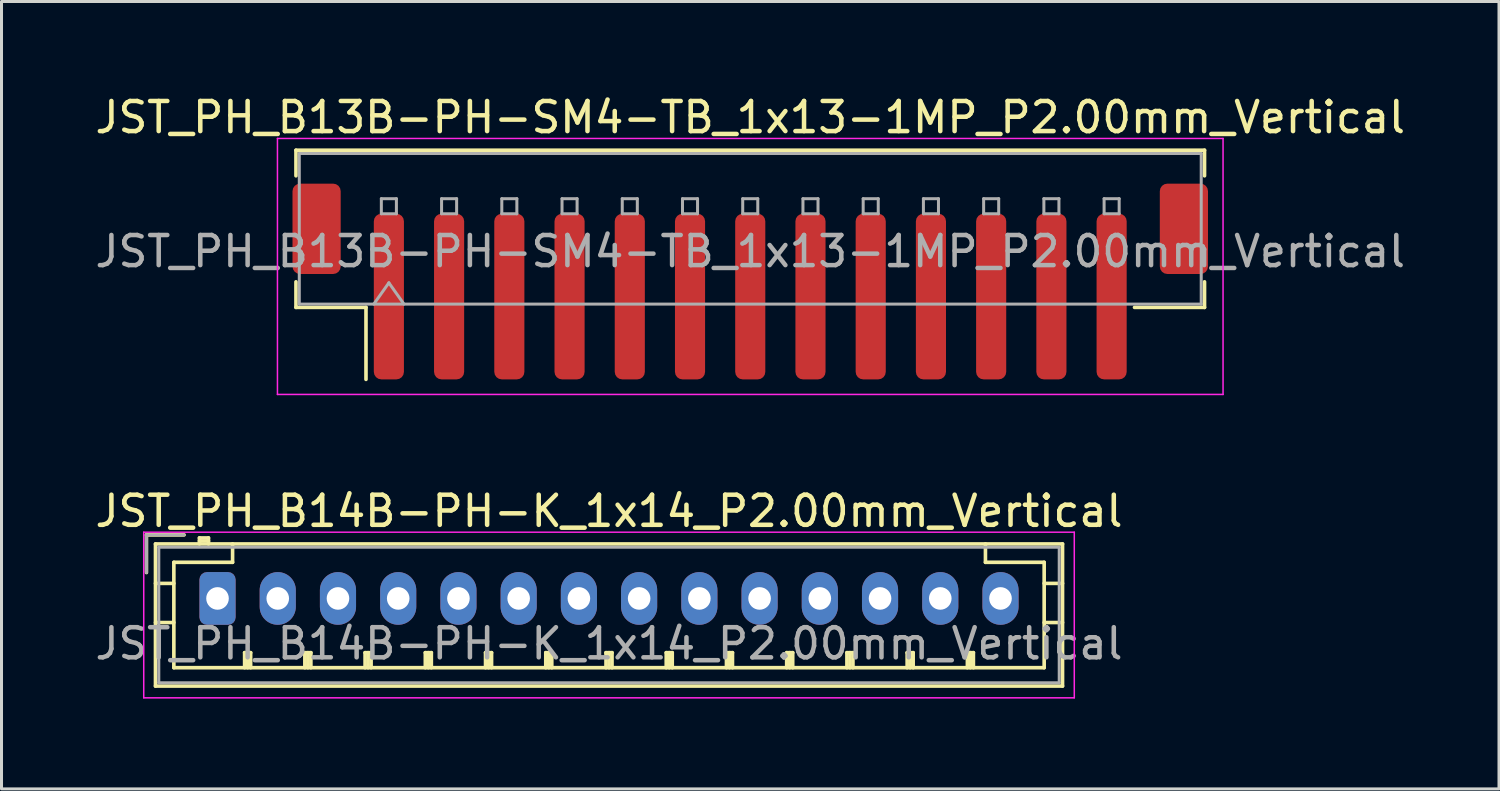
<source format=kicad_pcb>
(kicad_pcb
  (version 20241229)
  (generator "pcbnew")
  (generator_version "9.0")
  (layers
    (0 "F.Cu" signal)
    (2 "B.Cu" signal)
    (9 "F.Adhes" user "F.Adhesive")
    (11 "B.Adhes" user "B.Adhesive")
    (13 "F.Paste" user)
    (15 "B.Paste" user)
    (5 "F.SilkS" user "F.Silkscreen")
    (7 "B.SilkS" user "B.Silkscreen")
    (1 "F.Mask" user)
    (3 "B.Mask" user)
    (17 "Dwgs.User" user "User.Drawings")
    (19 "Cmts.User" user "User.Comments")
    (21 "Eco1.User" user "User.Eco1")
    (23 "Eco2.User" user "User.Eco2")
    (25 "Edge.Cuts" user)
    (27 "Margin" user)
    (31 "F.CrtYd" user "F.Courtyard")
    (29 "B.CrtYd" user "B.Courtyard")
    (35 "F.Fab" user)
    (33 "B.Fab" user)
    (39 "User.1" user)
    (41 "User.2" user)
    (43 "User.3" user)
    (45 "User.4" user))
  (footprint "JST_PH_B13B-PH-SM4-TB_1x13-1MP_P2.00mm_Vertical"
    (layer "F.Cu")
    (at 21.863 6.298)
    (property "Reference" "JST_PH_B13B-PH-SM4-TB_1x13-1MP_P2.00mm_Vertical" (at 0 -5.45 0) (layer "F.SilkS") (effects (font (size 1 1) (thickness 0.15))))
    (attr smd)
    (fp_line (start -15.085 -4.36) (end 15.085 -4.36) (stroke (width 0.12) (type solid)) (layer "F.SilkS"))
    (fp_line (start -15.085 -3.51) (end -15.085 -4.36) (stroke (width 0.12) (type solid)) (layer "F.SilkS"))
    (fp_line (start -15.085 0.01) (end -15.085 0.86) (stroke (width 0.12) (type solid)) (layer "F.SilkS"))
    (fp_line (start -15.085 0.86) (end -12.76 0.86) (stroke (width 0.12) (type solid)) (layer "F.SilkS"))
    (fp_line (start -12.76 0.86) (end -12.76 3.25) (stroke (width 0.12) (type solid)) (layer "F.SilkS"))
    (fp_line (start 15.085 -4.36) (end 15.085 -3.51) (stroke (width 0.12) (type solid)) (layer "F.SilkS"))
    (fp_line (start 15.085 0.01) (end 15.085 0.86) (stroke (width 0.12) (type solid)) (layer "F.SilkS"))
    (fp_line (start 15.085 0.86) (end 12.76 0.86) (stroke (width 0.12) (type solid)) (layer "F.SilkS"))
    (fp_line (start -15.7 -4.75) (end -15.7 3.75) (stroke (width 0.05) (type solid)) (layer "F.CrtYd"))
    (fp_line (start -15.7 3.75) (end 15.7 3.75) (stroke (width 0.05) (type solid)) (layer "F.CrtYd"))
    (fp_line (start 15.7 -4.75) (end -15.7 -4.75) (stroke (width 0.05) (type solid)) (layer "F.CrtYd"))
    (fp_line (start 15.7 3.75) (end 15.7 -4.75) (stroke (width 0.05) (type solid)) (layer "F.CrtYd"))
    (fp_line (start -14.975 -4.25) (end 14.975 -4.25) (stroke (width 0.1) (type solid)) (layer "F.Fab"))
    (fp_line (start -14.975 0.75) (end -14.975 -4.25) (stroke (width 0.1) (type solid)) (layer "F.Fab"))
    (fp_line (start -14.975 0.75) (end 14.975 0.75) (stroke (width 0.1) (type solid)) (layer "F.Fab"))
    (fp_line (start -12.5 0.75) (end -12 0.043) (stroke (width 0.1) (type solid)) (layer "F.Fab"))
    (fp_line (start -12.25 -2.75) (end -12.25 -2.25) (stroke (width 0.1) (type solid)) (layer "F.Fab"))
    (fp_line (start -12.25 -2.25) (end -11.75 -2.25) (stroke (width 0.1) (type solid)) (layer "F.Fab"))
    (fp_line (start -12 0.043) (end -11.5 0.75) (stroke (width 0.1) (type solid)) (layer "F.Fab"))
    (fp_line (start -11.75 -2.75) (end -12.25 -2.75) (stroke (width 0.1) (type solid)) (layer "F.Fab"))
    (fp_line (start -11.75 -2.25) (end -11.75 -2.75) (stroke (width 0.1) (type solid)) (layer "F.Fab"))
    (fp_line (start -10.25 -2.75) (end -10.25 -2.25) (stroke (width 0.1) (type solid)) (layer "F.Fab"))
    (fp_line (start -10.25 -2.25) (end -9.75 -2.25) (stroke (width 0.1) (type solid)) (layer "F.Fab"))
    (fp_line (start -9.75 -2.75) (end -10.25 -2.75) (stroke (width 0.1) (type solid)) (layer "F.Fab"))
    (fp_line (start -9.75 -2.25) (end -9.75 -2.75) (stroke (width 0.1) (type solid)) (layer "F.Fab"))
    (fp_line (start -8.25 -2.75) (end -8.25 -2.25) (stroke (width 0.1) (type solid)) (layer "F.Fab"))
    (fp_line (start -8.25 -2.25) (end -7.75 -2.25) (stroke (width 0.1) (type solid)) (layer "F.Fab"))
    (fp_line (start -7.75 -2.75) (end -8.25 -2.75) (stroke (width 0.1) (type solid)) (layer "F.Fab"))
    (fp_line (start -7.75 -2.25) (end -7.75 -2.75) (stroke (width 0.1) (type solid)) (layer "F.Fab"))
    (fp_line (start -6.25 -2.75) (end -6.25 -2.25) (stroke (width 0.1) (type solid)) (layer "F.Fab"))
    (fp_line (start -6.25 -2.25) (end -5.75 -2.25) (stroke (width 0.1) (type solid)) (layer "F.Fab"))
    (fp_line (start -5.75 -2.75) (end -6.25 -2.75) (stroke (width 0.1) (type solid)) (layer "F.Fab"))
    (fp_line (start -5.75 -2.25) (end -5.75 -2.75) (stroke (width 0.1) (type solid)) (layer "F.Fab"))
    (fp_line (start -4.25 -2.75) (end -4.25 -2.25) (stroke (width 0.1) (type solid)) (layer "F.Fab"))
    (fp_line (start -4.25 -2.25) (end -3.75 -2.25) (stroke (width 0.1) (type solid)) (layer "F.Fab"))
    (fp_line (start -3.75 -2.75) (end -4.25 -2.75) (stroke (width 0.1) (type solid)) (layer "F.Fab"))
    (fp_line (start -3.75 -2.25) (end -3.75 -2.75) (stroke (width 0.1) (type solid)) (layer "F.Fab"))
    (fp_line (start -2.25 -2.75) (end -2.25 -2.25) (stroke (width 0.1) (type solid)) (layer "F.Fab"))
    (fp_line (start -2.25 -2.25) (end -1.75 -2.25) (stroke (width 0.1) (type solid)) (layer "F.Fab"))
    (fp_line (start -1.75 -2.75) (end -2.25 -2.75) (stroke (width 0.1) (type solid)) (layer "F.Fab"))
    (fp_line (start -1.75 -2.25) (end -1.75 -2.75) (stroke (width 0.1) (type solid)) (layer "F.Fab"))
    (fp_line (start -0.25 -2.75) (end -0.25 -2.25) (stroke (width 0.1) (type solid)) (layer "F.Fab"))
    (fp_line (start -0.25 -2.25) (end 0.25 -2.25) (stroke (width 0.1) (type solid)) (layer "F.Fab"))
    (fp_line (start 0.25 -2.75) (end -0.25 -2.75) (stroke (width 0.1) (type solid)) (layer "F.Fab"))
    (fp_line (start 0.25 -2.25) (end 0.25 -2.75) (stroke (width 0.1) (type solid)) (layer "F.Fab"))
    (fp_line (start 1.75 -2.75) (end 1.75 -2.25) (stroke (width 0.1) (type solid)) (layer "F.Fab"))
    (fp_line (start 1.75 -2.25) (end 2.25 -2.25) (stroke (width 0.1) (type solid)) (layer "F.Fab"))
    (fp_line (start 2.25 -2.75) (end 1.75 -2.75) (stroke (width 0.1) (type solid)) (layer "F.Fab"))
    (fp_line (start 2.25 -2.25) (end 2.25 -2.75) (stroke (width 0.1) (type solid)) (layer "F.Fab"))
    (fp_line (start 3.75 -2.75) (end 3.75 -2.25) (stroke (width 0.1) (type solid)) (layer "F.Fab"))
    (fp_line (start 3.75 -2.25) (end 4.25 -2.25) (stroke (width 0.1) (type solid)) (layer "F.Fab"))
    (fp_line (start 4.25 -2.75) (end 3.75 -2.75) (stroke (width 0.1) (type solid)) (layer "F.Fab"))
    (fp_line (start 4.25 -2.25) (end 4.25 -2.75) (stroke (width 0.1) (type solid)) (layer "F.Fab"))
    (fp_line (start 5.75 -2.75) (end 5.75 -2.25) (stroke (width 0.1) (type solid)) (layer "F.Fab"))
    (fp_line (start 5.75 -2.25) (end 6.25 -2.25) (stroke (width 0.1) (type solid)) (layer "F.Fab"))
    (fp_line (start 6.25 -2.75) (end 5.75 -2.75) (stroke (width 0.1) (type solid)) (layer "F.Fab"))
    (fp_line (start 6.25 -2.25) (end 6.25 -2.75) (stroke (width 0.1) (type solid)) (layer "F.Fab"))
    (fp_line (start 7.75 -2.75) (end 7.75 -2.25) (stroke (width 0.1) (type solid)) (layer "F.Fab"))
    (fp_line (start 7.75 -2.25) (end 8.25 -2.25) (stroke (width 0.1) (type solid)) (layer "F.Fab"))
    (fp_line (start 8.25 -2.75) (end 7.75 -2.75) (stroke (width 0.1) (type solid)) (layer "F.Fab"))
    (fp_line (start 8.25 -2.25) (end 8.25 -2.75) (stroke (width 0.1) (type solid)) (layer "F.Fab"))
    (fp_line (start 9.75 -2.75) (end 9.75 -2.25) (stroke (width 0.1) (type solid)) (layer "F.Fab"))
    (fp_line (start 9.75 -2.25) (end 10.25 -2.25) (stroke (width 0.1) (type solid)) (layer "F.Fab"))
    (fp_line (start 10.25 -2.75) (end 9.75 -2.75) (stroke (width 0.1) (type solid)) (layer "F.Fab"))
    (fp_line (start 10.25 -2.25) (end 10.25 -2.75) (stroke (width 0.1) (type solid)) (layer "F.Fab"))
    (fp_line (start 11.75 -2.75) (end 11.75 -2.25) (stroke (width 0.1) (type solid)) (layer "F.Fab"))
    (fp_line (start 11.75 -2.25) (end 12.25 -2.25) (stroke (width 0.1) (type solid)) (layer "F.Fab"))
    (fp_line (start 12.25 -2.75) (end 11.75 -2.75) (stroke (width 0.1) (type solid)) (layer "F.Fab"))
    (fp_line (start 12.25 -2.25) (end 12.25 -2.75) (stroke (width 0.1) (type solid)) (layer "F.Fab"))
    (fp_line (start 14.975 0.75) (end 14.975 -4.25) (stroke (width 0.1) (type solid)) (layer "F.Fab"))
    (fp_text user "${REFERENCE}" (at 0 -1 0) (layer "F.Fab") (effects (font (size 1 1) (thickness 0.15))))
    (pad "1" smd roundrect (at -12 0.5) (size 1 5.5) (layers "F.Cu" "F.Mask" "F.Paste") (roundrect_rratio 0.25))
    (pad "2" smd roundrect (at -10 0.5) (size 1 5.5) (layers "F.Cu" "F.Mask" "F.Paste") (roundrect_rratio 0.25))
    (pad "3" smd roundrect (at -8 0.5) (size 1 5.5) (layers "F.Cu" "F.Mask" "F.Paste") (roundrect_rratio 0.25))
    (pad "4" smd roundrect (at -6 0.5) (size 1 5.5) (layers "F.Cu" "F.Mask" "F.Paste") (roundrect_rratio 0.25))
    (pad "5" smd roundrect (at -4 0.5) (size 1 5.5) (layers "F.Cu" "F.Mask" "F.Paste") (roundrect_rratio 0.25))
    (pad "6" smd roundrect (at -2 0.5) (size 1 5.5) (layers "F.Cu" "F.Mask" "F.Paste") (roundrect_rratio 0.25))
    (pad "7" smd roundrect (at 0 0.5) (size 1 5.5) (layers "F.Cu" "F.Mask" "F.Paste") (roundrect_rratio 0.25))
    (pad "8" smd roundrect (at 2 0.5) (size 1 5.5) (layers "F.Cu" "F.Mask" "F.Paste") (roundrect_rratio 0.25))
    (pad "9" smd roundrect (at 4 0.5) (size 1 5.5) (layers "F.Cu" "F.Mask" "F.Paste") (roundrect_rratio 0.25))
    (pad "10" smd roundrect (at 6 0.5) (size 1 5.5) (layers "F.Cu" "F.Mask" "F.Paste") (roundrect_rratio 0.25))
    (pad "11" smd roundrect (at 8 0.5) (size 1 5.5) (layers "F.Cu" "F.Mask" "F.Paste") (roundrect_rratio 0.25))
    (pad "12" smd roundrect (at 10 0.5) (size 1 5.5) (layers "F.Cu" "F.Mask" "F.Paste") (roundrect_rratio 0.25))
    (pad "13" smd roundrect (at 12 0.5) (size 1 5.5) (layers "F.Cu" "F.Mask" "F.Paste") (roundrect_rratio 0.25))
    (pad "MP" smd roundrect (at -14.4 -1.75) (size 1.6 3) (layers "F.Cu" "F.Mask" "F.Paste") (roundrect_rratio 0.156))
    (pad "MP" smd roundrect (at 14.4 -1.75) (size 1.6 3) (layers "F.Cu" "F.Mask" "F.Paste") (roundrect_rratio 0.156)))
  (footprint "JST_PH_B14B-PH-K_1x14_P2.00mm_Vertical"
    (layer "F.Cu")
    (at 4.173 16.822)
    (property "Reference" "JST_PH_B14B-PH-K_1x14_P2.00mm_Vertical" (at 13 -2.9 0) (layer "F.SilkS") (effects (font (size 1 1) (thickness 0.15))))
    (attr through_hole)
    (fp_line (start -2.36 -2.11) (end -2.36 -0.86) (stroke (width 0.12) (type solid)) (layer "F.SilkS"))
    (fp_line (start -2.06 -1.81) (end -2.06 2.91) (stroke (width 0.12) (type solid)) (layer "F.SilkS"))
    (fp_line (start -2.06 -0.5) (end -1.45 -0.5) (stroke (width 0.12) (type solid)) (layer "F.SilkS"))
    (fp_line (start -2.06 0.8) (end -1.45 0.8) (stroke (width 0.12) (type solid)) (layer "F.SilkS"))
    (fp_line (start -2.06 2.91) (end 28.06 2.91) (stroke (width 0.12) (type solid)) (layer "F.SilkS"))
    (fp_line (start -1.45 -1.2) (end -1.45 2.3) (stroke (width 0.12) (type solid)) (layer "F.SilkS"))
    (fp_line (start -1.45 2.3) (end 27.45 2.3) (stroke (width 0.12) (type solid)) (layer "F.SilkS"))
    (fp_line (start -1.11 -2.11) (end -2.36 -2.11) (stroke (width 0.12) (type solid)) (layer "F.SilkS"))
    (fp_line (start -0.6 -2.01) (end -0.6 -1.81) (stroke (width 0.12) (type solid)) (layer "F.SilkS"))
    (fp_line (start -0.3 -2.01) (end -0.6 -2.01) (stroke (width 0.12) (type solid)) (layer "F.SilkS"))
    (fp_line (start -0.3 -1.91) (end -0.6 -1.91) (stroke (width 0.12) (type solid)) (layer "F.SilkS"))
    (fp_line (start -0.3 -1.81) (end -0.3 -2.01) (stroke (width 0.12) (type solid)) (layer "F.SilkS"))
    (fp_line (start 0.5 -1.81) (end 0.5 -1.2) (stroke (width 0.12) (type solid)) (layer "F.SilkS"))
    (fp_line (start 0.5 -1.2) (end -1.45 -1.2) (stroke (width 0.12) (type solid)) (layer "F.SilkS"))
    (fp_line (start 0.9 1.8) (end 1.1 1.8) (stroke (width 0.12) (type solid)) (layer "F.SilkS"))
    (fp_line (start 0.9 2.3) (end 0.9 1.8) (stroke (width 0.12) (type solid)) (layer "F.SilkS"))
    (fp_line (start 1 2.3) (end 1 1.8) (stroke (width 0.12) (type solid)) (layer "F.SilkS"))
    (fp_line (start 1.1 1.8) (end 1.1 2.3) (stroke (width 0.12) (type solid)) (layer "F.SilkS"))
    (fp_line (start 2.9 1.8) (end 3.1 1.8) (stroke (width 0.12) (type solid)) (layer "F.SilkS"))
    (fp_line (start 2.9 2.3) (end 2.9 1.8) (stroke (width 0.12) (type solid)) (layer "F.SilkS"))
    (fp_line (start 3 2.3) (end 3 1.8) (stroke (width 0.12) (type solid)) (layer "F.SilkS"))
    (fp_line (start 3.1 1.8) (end 3.1 2.3) (stroke (width 0.12) (type solid)) (layer "F.SilkS"))
    (fp_line (start 4.9 1.8) (end 5.1 1.8) (stroke (width 0.12) (type solid)) (layer "F.SilkS"))
    (fp_line (start 4.9 2.3) (end 4.9 1.8) (stroke (width 0.12) (type solid)) (layer "F.SilkS"))
    (fp_line (start 5 2.3) (end 5 1.8) (stroke (width 0.12) (type solid)) (layer "F.SilkS"))
    (fp_line (start 5.1 1.8) (end 5.1 2.3) (stroke (width 0.12) (type solid)) (layer "F.SilkS"))
    (fp_line (start 6.9 1.8) (end 7.1 1.8) (stroke (width 0.12) (type solid)) (layer "F.SilkS"))
    (fp_line (start 6.9 2.3) (end 6.9 1.8) (stroke (width 0.12) (type solid)) (layer "F.SilkS"))
    (fp_line (start 7 2.3) (end 7 1.8) (stroke (width 0.12) (type solid)) (layer "F.SilkS"))
    (fp_line (start 7.1 1.8) (end 7.1 2.3) (stroke (width 0.12) (type solid)) (layer "F.SilkS"))
    (fp_line (start 8.9 1.8) (end 9.1 1.8) (stroke (width 0.12) (type solid)) (layer "F.SilkS"))
    (fp_line (start 8.9 2.3) (end 8.9 1.8) (stroke (width 0.12) (type solid)) (layer "F.SilkS"))
    (fp_line (start 9 2.3) (end 9 1.8) (stroke (width 0.12) (type solid)) (layer "F.SilkS"))
    (fp_line (start 9.1 1.8) (end 9.1 2.3) (stroke (width 0.12) (type solid)) (layer "F.SilkS"))
    (fp_line (start 10.9 1.8) (end 11.1 1.8) (stroke (width 0.12) (type solid)) (layer "F.SilkS"))
    (fp_line (start 10.9 2.3) (end 10.9 1.8) (stroke (width 0.12) (type solid)) (layer "F.SilkS"))
    (fp_line (start 11 2.3) (end 11 1.8) (stroke (width 0.12) (type solid)) (layer "F.SilkS"))
    (fp_line (start 11.1 1.8) (end 11.1 2.3) (stroke (width 0.12) (type solid)) (layer "F.SilkS"))
    (fp_line (start 12.9 1.8) (end 13.1 1.8) (stroke (width 0.12) (type solid)) (layer "F.SilkS"))
    (fp_line (start 12.9 2.3) (end 12.9 1.8) (stroke (width 0.12) (type solid)) (layer "F.SilkS"))
    (fp_line (start 13 2.3) (end 13 1.8) (stroke (width 0.12) (type solid)) (layer "F.SilkS"))
    (fp_line (start 13.1 1.8) (end 13.1 2.3) (stroke (width 0.12) (type solid)) (layer "F.SilkS"))
    (fp_line (start 14.9 1.8) (end 15.1 1.8) (stroke (width 0.12) (type solid)) (layer "F.SilkS"))
    (fp_line (start 14.9 2.3) (end 14.9 1.8) (stroke (width 0.12) (type solid)) (layer "F.SilkS"))
    (fp_line (start 15 2.3) (end 15 1.8) (stroke (width 0.12) (type solid)) (layer "F.SilkS"))
    (fp_line (start 15.1 1.8) (end 15.1 2.3) (stroke (width 0.12) (type solid)) (layer "F.SilkS"))
    (fp_line (start 16.9 1.8) (end 17.1 1.8) (stroke (width 0.12) (type solid)) (layer "F.SilkS"))
    (fp_line (start 16.9 2.3) (end 16.9 1.8) (stroke (width 0.12) (type solid)) (layer "F.SilkS"))
    (fp_line (start 17 2.3) (end 17 1.8) (stroke (width 0.12) (type solid)) (layer "F.SilkS"))
    (fp_line (start 17.1 1.8) (end 17.1 2.3) (stroke (width 0.12) (type solid)) (layer "F.SilkS"))
    (fp_line (start 18.9 1.8) (end 19.1 1.8) (stroke (width 0.12) (type solid)) (layer "F.SilkS"))
    (fp_line (start 18.9 2.3) (end 18.9 1.8) (stroke (width 0.12) (type solid)) (layer "F.SilkS"))
    (fp_line (start 19 2.3) (end 19 1.8) (stroke (width 0.12) (type solid)) (layer "F.SilkS"))
    (fp_line (start 19.1 1.8) (end 19.1 2.3) (stroke (width 0.12) (type solid)) (layer "F.SilkS"))
    (fp_line (start 20.9 1.8) (end 21.1 1.8) (stroke (width 0.12) (type solid)) (layer "F.SilkS"))
    (fp_line (start 20.9 2.3) (end 20.9 1.8) (stroke (width 0.12) (type solid)) (layer "F.SilkS"))
    (fp_line (start 21 2.3) (end 21 1.8) (stroke (width 0.12) (type solid)) (layer "F.SilkS"))
    (fp_line (start 21.1 1.8) (end 21.1 2.3) (stroke (width 0.12) (type solid)) (layer "F.SilkS"))
    (fp_line (start 22.9 1.8) (end 23.1 1.8) (stroke (width 0.12) (type solid)) (layer "F.SilkS"))
    (fp_line (start 22.9 2.3) (end 22.9 1.8) (stroke (width 0.12) (type solid)) (layer "F.SilkS"))
    (fp_line (start 23 2.3) (end 23 1.8) (stroke (width 0.12) (type solid)) (layer "F.SilkS"))
    (fp_line (start 23.1 1.8) (end 23.1 2.3) (stroke (width 0.12) (type solid)) (layer "F.SilkS"))
    (fp_line (start 24.9 1.8) (end 25.1 1.8) (stroke (width 0.12) (type solid)) (layer "F.SilkS"))
    (fp_line (start 24.9 2.3) (end 24.9 1.8) (stroke (width 0.12) (type solid)) (layer "F.SilkS"))
    (fp_line (start 25 2.3) (end 25 1.8) (stroke (width 0.12) (type solid)) (layer "F.SilkS"))
    (fp_line (start 25.1 1.8) (end 25.1 2.3) (stroke (width 0.12) (type solid)) (layer "F.SilkS"))
    (fp_line (start 25.5 -1.2) (end 25.5 -1.81) (stroke (width 0.12) (type solid)) (layer "F.SilkS"))
    (fp_line (start 27.45 -1.2) (end 25.5 -1.2) (stroke (width 0.12) (type solid)) (layer "F.SilkS"))
    (fp_line (start 27.45 2.3) (end 27.45 -1.2) (stroke (width 0.12) (type solid)) (layer "F.SilkS"))
    (fp_line (start 28.06 -1.81) (end -2.06 -1.81) (stroke (width 0.12) (type solid)) (layer "F.SilkS"))
    (fp_line (start 28.06 -0.5) (end 27.45 -0.5) (stroke (width 0.12) (type solid)) (layer "F.SilkS"))
    (fp_line (start 28.06 0.8) (end 27.45 0.8) (stroke (width 0.12) (type solid)) (layer "F.SilkS"))
    (fp_line (start 28.06 2.91) (end 28.06 -1.81) (stroke (width 0.12) (type solid)) (layer "F.SilkS"))
    (fp_line (start -2.45 -2.2) (end -2.45 3.3) (stroke (width 0.05) (type solid)) (layer "F.CrtYd"))
    (fp_line (start -2.45 3.3) (end 28.45 3.3) (stroke (width 0.05) (type solid)) (layer "F.CrtYd"))
    (fp_line (start 28.45 -2.2) (end -2.45 -2.2) (stroke (width 0.05) (type solid)) (layer "F.CrtYd"))
    (fp_line (start 28.45 3.3) (end 28.45 -2.2) (stroke (width 0.05) (type solid)) (layer "F.CrtYd"))
    (fp_line (start -2.36 -2.11) (end -2.36 -0.86) (stroke (width 0.1) (type solid)) (layer "F.Fab"))
    (fp_line (start -1.95 -1.7) (end -1.95 2.8) (stroke (width 0.1) (type solid)) (layer "F.Fab"))
    (fp_line (start -1.95 2.8) (end 27.95 2.8) (stroke (width 0.1) (type solid)) (layer "F.Fab"))
    (fp_line (start -1.11 -2.11) (end -2.36 -2.11) (stroke (width 0.1) (type solid)) (layer "F.Fab"))
    (fp_line (start 27.95 -1.7) (end -1.95 -1.7) (stroke (width 0.1) (type solid)) (layer "F.Fab"))
    (fp_line (start 27.95 2.8) (end 27.95 -1.7) (stroke (width 0.1) (type solid)) (layer "F.Fab"))
    (fp_text user "${REFERENCE}" (at 13 1.5 0) (layer "F.Fab") (effects (font (size 1 1) (thickness 0.15))))
    (pad "1" thru_hole roundrect (at 0 0) (size 1.2 1.75) (drill 0.75) (layers "*.Cu" "*.Mask") (roundrect_rratio 0.208))
    (pad "2" thru_hole oval (at 2 0) (size 1.2 1.75) (drill 0.75) (layers "*.Cu" "*.Mask"))
    (pad "3" thru_hole oval (at 4 0) (size 1.2 1.75) (drill 0.75) (layers "*.Cu" "*.Mask"))
    (pad "4" thru_hole oval (at 6 0) (size 1.2 1.75) (drill 0.75) (layers "*.Cu" "*.Mask"))
    (pad "5" thru_hole oval (at 8 0) (size 1.2 1.75) (drill 0.75) (layers "*.Cu" "*.Mask"))
    (pad "6" thru_hole oval (at 10 0) (size 1.2 1.75) (drill 0.75) (layers "*.Cu" "*.Mask"))
    (pad "7" thru_hole oval (at 12 0) (size 1.2 1.75) (drill 0.75) (layers "*.Cu" "*.Mask"))
    (pad "8" thru_hole oval (at 14 0) (size 1.2 1.75) (drill 0.75) (layers "*.Cu" "*.Mask"))
    (pad "9" thru_hole oval (at 16 0) (size 1.2 1.75) (drill 0.75) (layers "*.Cu" "*.Mask"))
    (pad "10" thru_hole oval (at 18 0) (size 1.2 1.75) (drill 0.75) (layers "*.Cu" "*.Mask"))
    (pad "11" thru_hole oval (at 20 0) (size 1.2 1.75) (drill 0.75) (layers "*.Cu" "*.Mask"))
    (pad "12" thru_hole oval (at 22 0) (size 1.2 1.75) (drill 0.75) (layers "*.Cu" "*.Mask"))
    (pad "13" thru_hole oval (at 24 0) (size 1.2 1.75) (drill 0.75) (layers "*.Cu" "*.Mask"))
    (pad "14" thru_hole oval (at 26 0) (size 1.2 1.75) (drill 0.75) (layers "*.Cu" "*.Mask")))
  (gr_rect
    (start -3 -3)
    (end 46.726 23.146)
    (stroke (width 0.1) (type default))
    (fill no)
    (layer "Edge.Cuts")))
</source>
